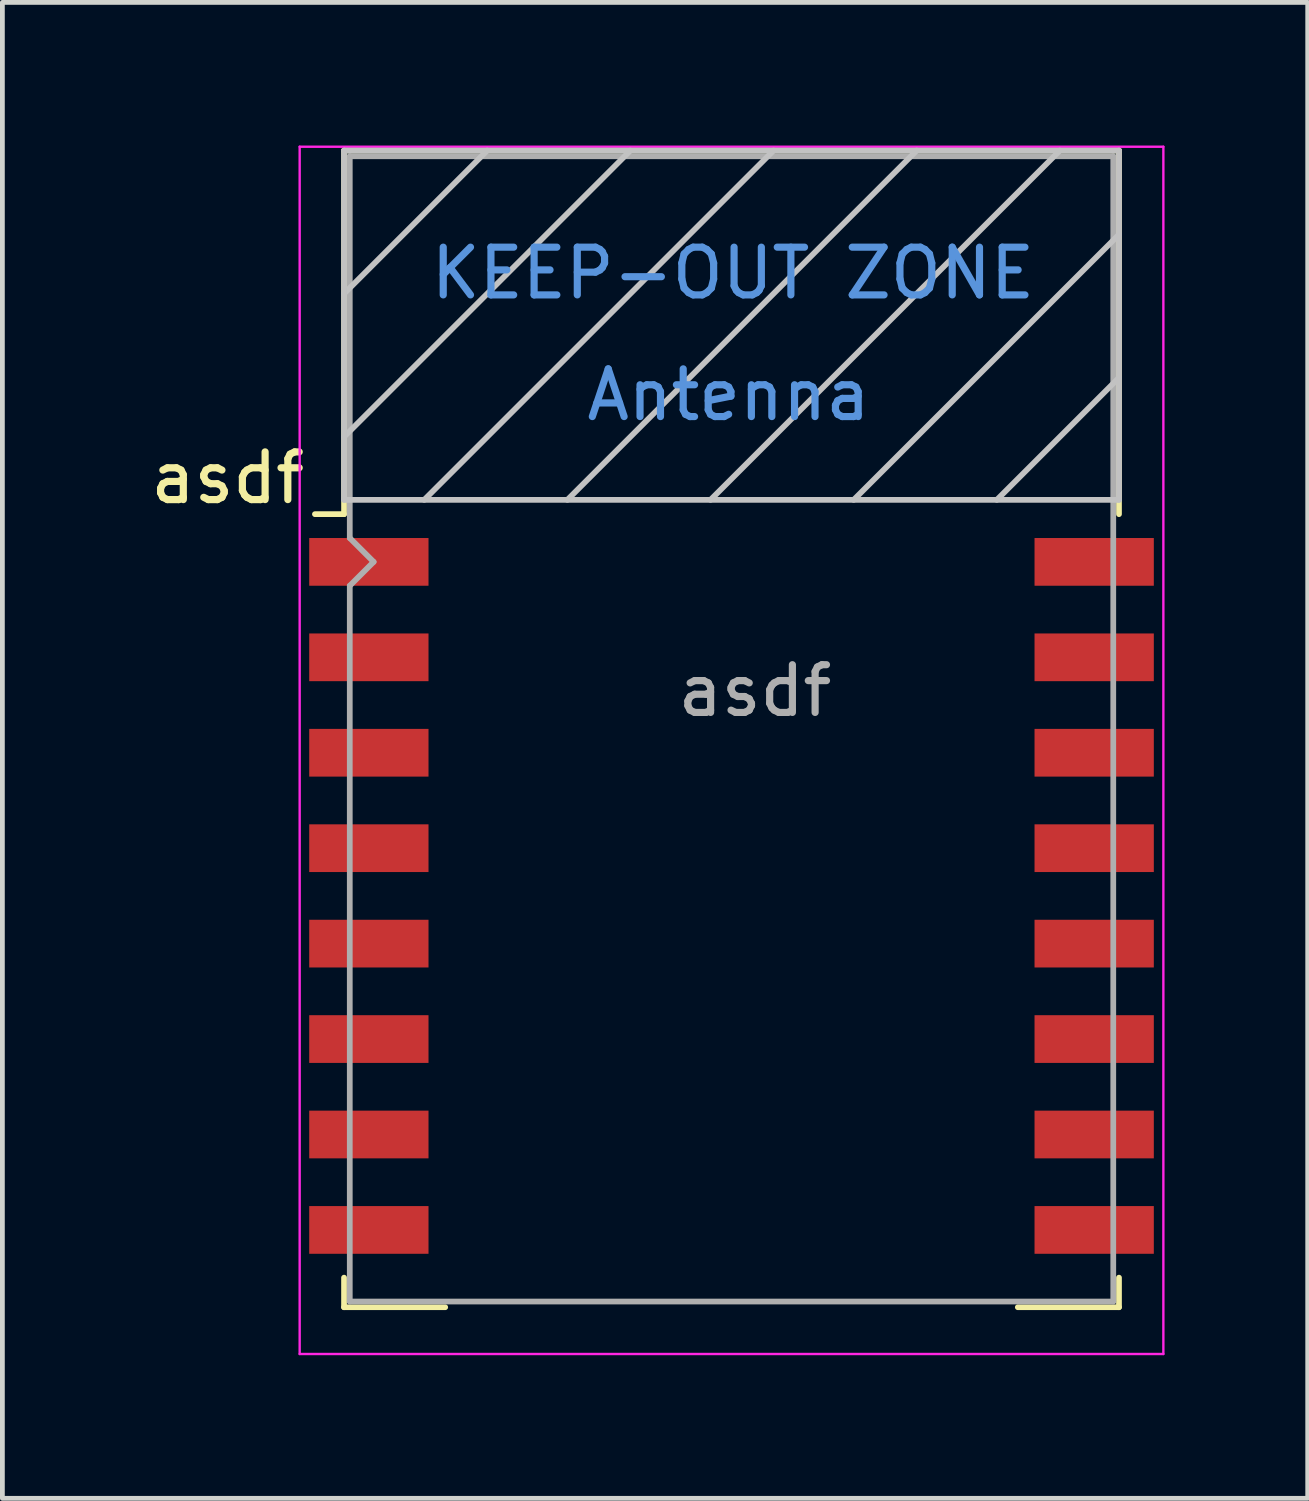
<source format=kicad_pcb>
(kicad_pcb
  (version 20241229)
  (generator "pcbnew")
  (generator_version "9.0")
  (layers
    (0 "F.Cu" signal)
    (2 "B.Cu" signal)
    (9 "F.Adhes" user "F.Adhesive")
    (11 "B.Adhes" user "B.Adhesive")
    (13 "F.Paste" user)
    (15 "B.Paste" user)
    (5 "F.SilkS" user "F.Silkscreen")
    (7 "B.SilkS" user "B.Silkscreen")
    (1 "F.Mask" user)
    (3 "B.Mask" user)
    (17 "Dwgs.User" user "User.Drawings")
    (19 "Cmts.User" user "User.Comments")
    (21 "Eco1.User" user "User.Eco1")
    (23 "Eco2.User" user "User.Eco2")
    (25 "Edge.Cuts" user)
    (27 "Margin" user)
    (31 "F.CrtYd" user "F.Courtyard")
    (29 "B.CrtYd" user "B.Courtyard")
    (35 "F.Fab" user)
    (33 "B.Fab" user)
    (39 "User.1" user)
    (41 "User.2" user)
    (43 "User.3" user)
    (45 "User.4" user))
  (footprint "asdf"
    (placed yes)
    (layer "F.Cu")
    (at 12.28 12.225)
    (property "Reference" "asdf" (at -10.56 -5.26 0) (layer "F.SilkS") (effects (font (size 1 1) (thickness 0.15))))
    (attr smd)
    (fp_line (start -8.12 -12.12) (end 8.12 -12.12) (stroke (width 0.12) (type solid)) (layer "F.SilkS"))
    (fp_line (start -8.12 -4.5) (end -8.73 -4.5) (stroke (width 0.12) (type solid)) (layer "F.SilkS"))
    (fp_line (start -8.12 -4.5) (end -8.12 -12.12) (stroke (width 0.12) (type solid)) (layer "F.SilkS"))
    (fp_line (start -8.12 12.12) (end -8.12 11.5) (stroke (width 0.12) (type solid)) (layer "F.SilkS"))
    (fp_line (start -6 12.12) (end -8.12 12.12) (stroke (width 0.12) (type solid)) (layer "F.SilkS"))
    (fp_line (start 8.12 -12.12) (end 8.12 -4.5) (stroke (width 0.12) (type solid)) (layer "F.SilkS"))
    (fp_line (start 8.12 11.5) (end 8.12 12.12) (stroke (width 0.12) (type solid)) (layer "F.SilkS"))
    (fp_line (start 8.12 12.12) (end 6 12.12) (stroke (width 0.12) (type solid)) (layer "F.SilkS"))
    (fp_line (start -8.12 -12.12) (end 8.12 -12.12) (stroke (width 0.12) (type solid)) (layer "Dwgs.User"))
    (fp_line (start -8.12 -9.12) (end -5.12 -12.12) (stroke (width 0.12) (type solid)) (layer "Dwgs.User"))
    (fp_line (start -8.12 -6.12) (end -2.12 -12.12) (stroke (width 0.12) (type solid)) (layer "Dwgs.User"))
    (fp_line (start -8.12 -4.8) (end -8.12 -12.12) (stroke (width 0.12) (type solid)) (layer "Dwgs.User"))
    (fp_line (start -6.44 -4.8) (end 0.88 -12.12) (stroke (width 0.12) (type solid)) (layer "Dwgs.User"))
    (fp_line (start -3.44 -4.8) (end 3.88 -12.12) (stroke (width 0.12) (type solid)) (layer "Dwgs.User"))
    (fp_line (start -0.44 -4.8) (end 6.88 -12.12) (stroke (width 0.12) (type solid)) (layer "Dwgs.User"))
    (fp_line (start 2.56 -4.8) (end 8.12 -10.36) (stroke (width 0.12) (type solid)) (layer "Dwgs.User"))
    (fp_line (start 5.56 -4.8) (end 8.12 -7.36) (stroke (width 0.12) (type solid)) (layer "Dwgs.User"))
    (fp_line (start 8.12 -12.12) (end 8.12 -4.8) (stroke (width 0.12) (type solid)) (layer "Dwgs.User"))
    (fp_line (start 8.12 -4.8) (end -8.12 -4.8) (stroke (width 0.12) (type solid)) (layer "Dwgs.User"))
    (fp_line (start -9.05 -12.2) (end 9.05 -12.2) (stroke (width 0.05) (type solid)) (layer "F.CrtYd"))
    (fp_line (start -9.05 13.1) (end -9.05 -12.2) (stroke (width 0.05) (type solid)) (layer "F.CrtYd"))
    (fp_line (start 9.05 -12.2) (end 9.05 13.1) (stroke (width 0.05) (type solid)) (layer "F.CrtYd"))
    (fp_line (start 9.05 13.1) (end -9.05 13.1) (stroke (width 0.05) (type solid)) (layer "F.CrtYd"))
    (fp_line (start -8 -12) (end 8 -12) (stroke (width 0.12) (type solid)) (layer "F.Fab"))
    (fp_line (start -8 -4) (end -8 -12) (stroke (width 0.12) (type solid)) (layer "F.Fab"))
    (fp_line (start -8 -3) (end -7.5 -3.5) (stroke (width 0.12) (type solid)) (layer "F.Fab"))
    (fp_line (start -8 12) (end -8 -3) (stroke (width 0.12) (type solid)) (layer "F.Fab"))
    (fp_line (start -7.5 -3.5) (end -8 -4) (stroke (width 0.12) (type solid)) (layer "F.Fab"))
    (fp_line (start 8 -12) (end 8 12) (stroke (width 0.12) (type solid)) (layer "F.Fab"))
    (fp_line (start 8 12) (end -8 12) (stroke (width 0.12) (type solid)) (layer "F.Fab"))
    (fp_text user "KEEP-OUT ZONE" (at 0.03 -9.55 180) (layer "Cmts.User") (effects (font (size 1 1) (thickness 0.15))))
    (fp_text user "Antenna" (at -0.06 -7 180) (layer "Cmts.User") (effects (font (size 1 1) (thickness 0.15))))
    (fp_text user "${REFERENCE}" (at 0.49 -0.8 0) (layer "F.Fab") (effects (font (size 1 1) (thickness 0.15))))
    (pad "1" smd rect (at -7.6 -3.5) (size 2.5 1) (layers "F.Cu" "F.Mask" "F.Paste"))
    (pad "2" smd rect (at -7.6 -1.5) (size 2.5 1) (layers "F.Cu" "F.Mask" "F.Paste"))
    (pad "3" smd rect (at -7.6 0.5) (size 2.5 1) (layers "F.Cu" "F.Mask" "F.Paste"))
    (pad "4" smd rect (at -7.6 2.5) (size 2.5 1) (layers "F.Cu" "F.Mask" "F.Paste"))
    (pad "5" smd rect (at -7.6 4.5) (size 2.5 1) (layers "F.Cu" "F.Mask" "F.Paste"))
    (pad "6" smd rect (at -7.6 6.5) (size 2.5 1) (layers "F.Cu" "F.Mask" "F.Paste"))
    (pad "7" smd rect (at -7.6 8.5) (size 2.5 1) (layers "F.Cu" "F.Mask" "F.Paste"))
    (pad "8" smd rect (at -7.6 10.5) (size 2.5 1) (layers "F.Cu" "F.Mask" "F.Paste"))
    (pad "9" smd rect (at 7.6 10.5) (size 2.5 1) (layers "F.Cu" "F.Mask" "F.Paste"))
    (pad "10" smd rect (at 7.6 8.5) (size 2.5 1) (layers "F.Cu" "F.Mask" "F.Paste"))
    (pad "11" smd rect (at 7.6 6.5) (size 2.5 1) (layers "F.Cu" "F.Mask" "F.Paste"))
    (pad "12" smd rect (at 7.6 4.5) (size 2.5 1) (layers "F.Cu" "F.Mask" "F.Paste"))
    (pad "13" smd rect (at 7.6 2.5) (size 2.5 1) (layers "F.Cu" "F.Mask" "F.Paste"))
    (pad "14" smd rect (at 7.6 0.5) (size 2.5 1) (layers "F.Cu" "F.Mask" "F.Paste"))
    (pad "15" smd rect (at 7.6 -1.5) (size 2.5 1) (layers "F.Cu" "F.Mask" "F.Paste"))
    (pad "16" smd rect (at 7.6 -3.5) (size 2.5 1) (layers "F.Cu" "F.Mask" "F.Paste")))
  (gr_rect
    (start -3 -3)
    (end 24.355 28.35)
    (stroke (width 0.1) (type default))
    (fill no)
    (layer "Edge.Cuts")))
</source>
